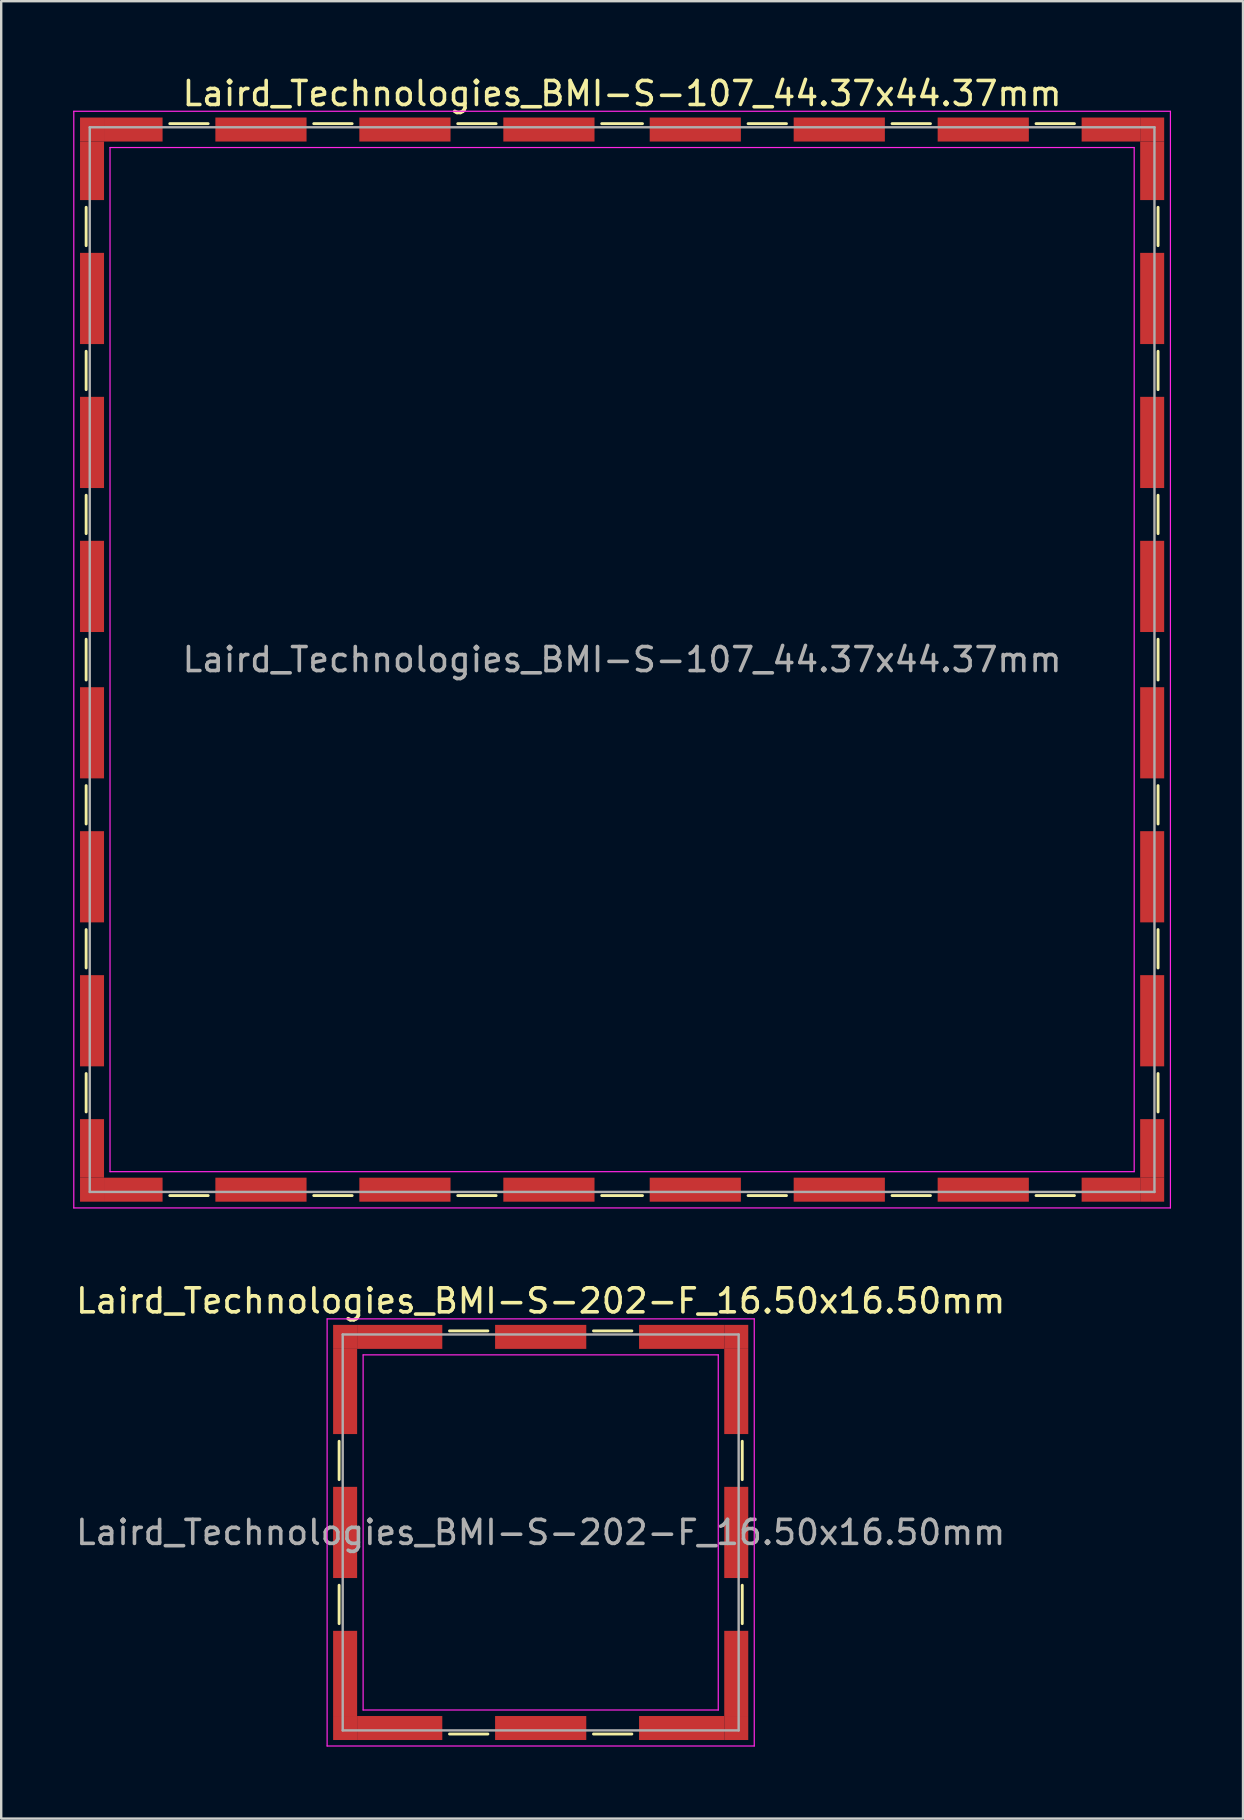
<source format=kicad_pcb>
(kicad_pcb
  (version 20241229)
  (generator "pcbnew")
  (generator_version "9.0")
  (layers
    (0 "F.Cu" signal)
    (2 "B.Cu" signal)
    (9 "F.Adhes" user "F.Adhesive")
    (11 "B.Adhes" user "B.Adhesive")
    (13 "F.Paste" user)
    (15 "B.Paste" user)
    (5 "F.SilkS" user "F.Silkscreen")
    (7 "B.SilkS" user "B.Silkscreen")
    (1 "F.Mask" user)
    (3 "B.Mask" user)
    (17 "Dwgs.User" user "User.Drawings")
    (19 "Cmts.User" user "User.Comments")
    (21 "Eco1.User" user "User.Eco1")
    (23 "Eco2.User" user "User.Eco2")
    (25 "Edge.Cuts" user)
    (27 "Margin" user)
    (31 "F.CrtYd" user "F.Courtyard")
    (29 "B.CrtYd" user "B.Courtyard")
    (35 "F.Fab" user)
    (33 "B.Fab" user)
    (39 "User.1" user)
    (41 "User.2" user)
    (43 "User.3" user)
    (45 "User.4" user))
  (footprint "Laird_Technologies_BMI-S-202-F_16.50x16.50mm"
    (layer "F.Cu")
    (at 19.482 60.812)
    (property "Reference" "Laird_Technologies_BMI-S-202-F_16.50x16.50mm" (at 0 -9.65 0) (layer "F.SilkS") (effects (font (size 1 1) (thickness 0.15))))
    (attr smd)
    (fp_line (start -8.4 -3.8) (end -8.4 -2.2) (stroke (width 0.12) (type solid)) (layer "F.SilkS"))
    (fp_line (start -8.4 2.2) (end -8.4 3.8) (stroke (width 0.12) (type solid)) (layer "F.SilkS"))
    (fp_line (start -3.8 -8.4) (end -2.2 -8.4) (stroke (width 0.12) (type solid)) (layer "F.SilkS"))
    (fp_line (start -3.8 8.4) (end -2.2 8.4) (stroke (width 0.12) (type solid)) (layer "F.SilkS"))
    (fp_line (start 2.2 -8.4) (end 3.8 -8.4) (stroke (width 0.12) (type solid)) (layer "F.SilkS"))
    (fp_line (start 2.2 8.4) (end 3.8 8.4) (stroke (width 0.12) (type solid)) (layer "F.SilkS"))
    (fp_line (start 8.4 -3.8) (end 8.4 -2.2) (stroke (width 0.12) (type solid)) (layer "F.SilkS"))
    (fp_line (start 8.4 2.2) (end 8.4 3.8) (stroke (width 0.12) (type solid)) (layer "F.SilkS"))
    (fp_line (start -8.9 -8.9) (end -8.9 8.9) (stroke (width 0.05) (type solid)) (layer "F.CrtYd"))
    (fp_line (start -8.9 8.9) (end 8.9 8.9) (stroke (width 0.05) (type solid)) (layer "F.CrtYd"))
    (fp_line (start -7.4 -7.4) (end -7.4 7.4) (stroke (width 0.05) (type solid)) (layer "F.CrtYd"))
    (fp_line (start 7.4 -7.4) (end -7.4 -7.4) (stroke (width 0.05) (type solid)) (layer "F.CrtYd"))
    (fp_line (start 7.4 -7.4) (end 7.4 7.4) (stroke (width 0.05) (type solid)) (layer "F.CrtYd"))
    (fp_line (start 7.4 7.4) (end -7.4 7.4) (stroke (width 0.05) (type solid)) (layer "F.CrtYd"))
    (fp_line (start 8.9 -8.9) (end -8.9 -8.9) (stroke (width 0.05) (type solid)) (layer "F.CrtYd"))
    (fp_line (start 8.9 8.9) (end 8.9 -8.9) (stroke (width 0.05) (type solid)) (layer "F.CrtYd"))
    (fp_line (start -8.25 -8.25) (end -8.25 8.25) (stroke (width 0.1) (type solid)) (layer "F.Fab"))
    (fp_line (start -8.25 8.25) (end 8.25 8.25) (stroke (width 0.1) (type solid)) (layer "F.Fab"))
    (fp_line (start 8.25 -8.25) (end -8.25 -8.25) (stroke (width 0.1) (type solid)) (layer "F.Fab"))
    (fp_line (start 8.25 8.25) (end 8.25 -8.25) (stroke (width 0.1) (type solid)) (layer "F.Fab"))
    (fp_text user "${REFERENCE}" (at 0 0 0) (layer "F.Fab") (effects (font (size 1 1) (thickness 0.15))))
    (pad "1" smd rect (at -8.15 -8.15) (size 1 1) (layers "F.Cu" "F.Mask" "F.Paste"))
    (pad "1" smd rect (at -8.15 -5.875) (size 1 3.55) (layers "F.Cu" "F.Mask" "F.Paste"))
    (pad "1" smd rect (at -8.15 0) (size 1 3.8) (layers "F.Cu" "F.Mask" "F.Paste"))
    (pad "1" smd rect (at -8.15 5.875) (size 1 3.55) (layers "F.Cu" "F.Mask" "F.Paste"))
    (pad "1" smd rect (at -8.15 8.15) (size 1 1) (layers "F.Cu" "F.Mask" "F.Paste"))
    (pad "1" smd rect (at -5.875 -8.15) (size 3.55 1) (layers "F.Cu" "F.Mask" "F.Paste"))
    (pad "1" smd rect (at -5.875 8.15) (size 3.55 1) (layers "F.Cu" "F.Mask" "F.Paste"))
    (pad "1" smd rect (at 0 -8.15) (size 3.8 1) (layers "F.Cu" "F.Mask" "F.Paste"))
    (pad "1" smd rect (at 0 8.15) (size 3.8 1) (layers "F.Cu" "F.Mask" "F.Paste"))
    (pad "1" smd rect (at 5.875 -8.15) (size 3.55 1) (layers "F.Cu" "F.Mask" "F.Paste"))
    (pad "1" smd rect (at 5.875 8.15) (size 3.55 1) (layers "F.Cu" "F.Mask" "F.Paste"))
    (pad "1" smd rect (at 8.15 -8.15) (size 1 1) (layers "F.Cu" "F.Mask" "F.Paste"))
    (pad "1" smd rect (at 8.15 -5.875) (size 1 3.55) (layers "F.Cu" "F.Mask" "F.Paste"))
    (pad "1" smd rect (at 8.15 0) (size 1 3.8) (layers "F.Cu" "F.Mask" "F.Paste"))
    (pad "1" smd rect (at 8.15 5.875) (size 1 3.55) (layers "F.Cu" "F.Mask" "F.Paste"))
    (pad "1" smd rect (at 8.15 8.15) (size 1 1) (layers "F.Cu" "F.Mask" "F.Paste")))
  (footprint "Laird_Technologies_BMI-S-107_44.37x44.37mm"
    (layer "F.Cu")
    (at 22.875 24.438)
    (property "Reference" "Laird_Technologies_BMI-S-107_44.37x44.37mm" (at 0 -23.59 0) (layer "F.SilkS") (effects (font (size 1 1) (thickness 0.15))))
    (attr smd)
    (fp_line (start -22.335 -18.85) (end -22.335 -17.25) (stroke (width 0.12) (type solid)) (layer "F.SilkS"))
    (fp_line (start -22.335 -12.85) (end -22.335 -11.25) (stroke (width 0.12) (type solid)) (layer "F.SilkS"))
    (fp_line (start -22.335 -6.85) (end -22.335 -5.25) (stroke (width 0.12) (type solid)) (layer "F.SilkS"))
    (fp_line (start -22.335 -0.85) (end -22.335 0.85) (stroke (width 0.12) (type solid)) (layer "F.SilkS"))
    (fp_line (start -22.335 5.25) (end -22.335 6.85) (stroke (width 0.12) (type solid)) (layer "F.SilkS"))
    (fp_line (start -22.335 11.25) (end -22.335 12.85) (stroke (width 0.12) (type solid)) (layer "F.SilkS"))
    (fp_line (start -22.335 17.25) (end -22.335 18.85) (stroke (width 0.12) (type solid)) (layer "F.SilkS"))
    (fp_line (start -18.85 -22.335) (end -17.25 -22.335) (stroke (width 0.12) (type solid)) (layer "F.SilkS"))
    (fp_line (start -18.85 22.335) (end -17.25 22.335) (stroke (width 0.12) (type solid)) (layer "F.SilkS"))
    (fp_line (start -12.85 -22.335) (end -11.25 -22.335) (stroke (width 0.12) (type solid)) (layer "F.SilkS"))
    (fp_line (start -12.85 22.335) (end -11.25 22.335) (stroke (width 0.12) (type solid)) (layer "F.SilkS"))
    (fp_line (start -6.85 -22.335) (end -5.25 -22.335) (stroke (width 0.12) (type solid)) (layer "F.SilkS"))
    (fp_line (start -6.85 22.335) (end -5.25 22.335) (stroke (width 0.12) (type solid)) (layer "F.SilkS"))
    (fp_line (start -0.85 -22.335) (end 0.85 -22.335) (stroke (width 0.12) (type solid)) (layer "F.SilkS"))
    (fp_line (start -0.85 22.335) (end 0.85 22.335) (stroke (width 0.12) (type solid)) (layer "F.SilkS"))
    (fp_line (start 5.25 -22.335) (end 6.85 -22.335) (stroke (width 0.12) (type solid)) (layer "F.SilkS"))
    (fp_line (start 5.25 22.335) (end 6.85 22.335) (stroke (width 0.12) (type solid)) (layer "F.SilkS"))
    (fp_line (start 11.25 -22.335) (end 12.85 -22.335) (stroke (width 0.12) (type solid)) (layer "F.SilkS"))
    (fp_line (start 11.25 22.335) (end 12.85 22.335) (stroke (width 0.12) (type solid)) (layer "F.SilkS"))
    (fp_line (start 17.25 -22.335) (end 18.85 -22.335) (stroke (width 0.12) (type solid)) (layer "F.SilkS"))
    (fp_line (start 17.25 22.335) (end 18.85 22.335) (stroke (width 0.12) (type solid)) (layer "F.SilkS"))
    (fp_line (start 22.335 -18.85) (end 22.335 -17.25) (stroke (width 0.12) (type solid)) (layer "F.SilkS"))
    (fp_line (start 22.335 -12.85) (end 22.335 -11.25) (stroke (width 0.12) (type solid)) (layer "F.SilkS"))
    (fp_line (start 22.335 -6.85) (end 22.335 -5.25) (stroke (width 0.12) (type solid)) (layer "F.SilkS"))
    (fp_line (start 22.335 -0.85) (end 22.335 0.85) (stroke (width 0.12) (type solid)) (layer "F.SilkS"))
    (fp_line (start 22.335 5.25) (end 22.335 6.85) (stroke (width 0.12) (type solid)) (layer "F.SilkS"))
    (fp_line (start 22.335 11.25) (end 22.335 12.85) (stroke (width 0.12) (type solid)) (layer "F.SilkS"))
    (fp_line (start 22.335 17.25) (end 22.335 18.85) (stroke (width 0.12) (type solid)) (layer "F.SilkS"))
    (fp_line (start -22.85 -22.85) (end -22.85 22.85) (stroke (width 0.05) (type solid)) (layer "F.CrtYd"))
    (fp_line (start -22.85 22.85) (end 22.85 22.85) (stroke (width 0.05) (type solid)) (layer "F.CrtYd"))
    (fp_line (start -21.34 -21.34) (end -21.34 21.34) (stroke (width 0.05) (type solid)) (layer "F.CrtYd"))
    (fp_line (start 21.34 -21.34) (end -21.34 -21.34) (stroke (width 0.05) (type solid)) (layer "F.CrtYd"))
    (fp_line (start 21.34 -21.34) (end 21.34 21.34) (stroke (width 0.05) (type solid)) (layer "F.CrtYd"))
    (fp_line (start 21.34 21.34) (end -21.34 21.34) (stroke (width 0.05) (type solid)) (layer "F.CrtYd"))
    (fp_line (start 22.85 -22.85) (end -22.85 -22.85) (stroke (width 0.05) (type solid)) (layer "F.CrtYd"))
    (fp_line (start 22.85 22.85) (end 22.85 -22.85) (stroke (width 0.05) (type solid)) (layer "F.CrtYd"))
    (fp_line (start -22.185 -22.185) (end -22.185 22.185) (stroke (width 0.1) (type solid)) (layer "F.Fab"))
    (fp_line (start -22.185 22.185) (end 22.185 22.185) (stroke (width 0.1) (type solid)) (layer "F.Fab"))
    (fp_line (start 22.185 -22.185) (end -22.185 -22.185) (stroke (width 0.1) (type solid)) (layer "F.Fab"))
    (fp_line (start 22.185 22.185) (end 22.185 -22.185) (stroke (width 0.1) (type solid)) (layer "F.Fab"))
    (fp_text user "${REFERENCE}" (at 0 0 0) (layer "F.Fab") (effects (font (size 1 1) (thickness 0.15))))
    (pad "1" smd rect (at -22.09 -22.09) (size 1 1) (layers "F.Cu" "F.Mask" "F.Paste"))
    (pad "1" smd rect (at -22.09 -20.37) (size 1 2.44) (layers "F.Cu" "F.Mask" "F.Paste"))
    (pad "1" smd rect (at -22.09 -15.05) (size 1 3.8) (layers "F.Cu" "F.Mask" "F.Paste"))
    (pad "1" smd rect (at -22.09 -9.05) (size 1 3.8) (layers "F.Cu" "F.Mask" "F.Paste"))
    (pad "1" smd rect (at -22.09 -3.05) (size 1 3.8) (layers "F.Cu" "F.Mask" "F.Paste"))
    (pad "1" smd rect (at -22.09 3.05) (size 1 3.8) (layers "F.Cu" "F.Mask" "F.Paste"))
    (pad "1" smd rect (at -22.09 9.05) (size 1 3.8) (layers "F.Cu" "F.Mask" "F.Paste"))
    (pad "1" smd rect (at -22.09 15.05) (size 1 3.8) (layers "F.Cu" "F.Mask" "F.Paste"))
    (pad "1" smd rect (at -22.09 20.37) (size 1 2.44) (layers "F.Cu" "F.Mask" "F.Paste"))
    (pad "1" smd rect (at -22.09 22.09) (size 1 1) (layers "F.Cu" "F.Mask" "F.Paste"))
    (pad "1" smd rect (at -20.37 -22.09) (size 2.44 1) (layers "F.Cu" "F.Mask" "F.Paste"))
    (pad "1" smd rect (at -20.37 22.09) (size 2.44 1) (layers "F.Cu" "F.Mask" "F.Paste"))
    (pad "1" smd rect (at -15.05 -22.09) (size 3.8 1) (layers "F.Cu" "F.Mask" "F.Paste"))
    (pad "1" smd rect (at -15.05 22.09) (size 3.8 1) (layers "F.Cu" "F.Mask" "F.Paste"))
    (pad "1" smd rect (at -9.05 -22.09) (size 3.8 1) (layers "F.Cu" "F.Mask" "F.Paste"))
    (pad "1" smd rect (at -9.05 22.09) (size 3.8 1) (layers "F.Cu" "F.Mask" "F.Paste"))
    (pad "1" smd rect (at -3.05 -22.09) (size 3.8 1) (layers "F.Cu" "F.Mask" "F.Paste"))
    (pad "1" smd rect (at -3.05 22.09) (size 3.8 1) (layers "F.Cu" "F.Mask" "F.Paste"))
    (pad "1" smd rect (at 3.05 -22.09) (size 3.8 1) (layers "F.Cu" "F.Mask" "F.Paste"))
    (pad "1" smd rect (at 3.05 22.09) (size 3.8 1) (layers "F.Cu" "F.Mask" "F.Paste"))
    (pad "1" smd rect (at 9.05 -22.09) (size 3.8 1) (layers "F.Cu" "F.Mask" "F.Paste"))
    (pad "1" smd rect (at 9.05 22.09) (size 3.8 1) (layers "F.Cu" "F.Mask" "F.Paste"))
    (pad "1" smd rect (at 15.05 -22.09) (size 3.8 1) (layers "F.Cu" "F.Mask" "F.Paste"))
    (pad "1" smd rect (at 15.05 22.09) (size 3.8 1) (layers "F.Cu" "F.Mask" "F.Paste"))
    (pad "1" smd rect (at 20.37 -22.09) (size 2.44 1) (layers "F.Cu" "F.Mask" "F.Paste"))
    (pad "1" smd rect (at 20.37 22.09) (size 2.44 1) (layers "F.Cu" "F.Mask" "F.Paste"))
    (pad "1" smd rect (at 22.09 -22.09) (size 1 1) (layers "F.Cu" "F.Mask" "F.Paste"))
    (pad "1" smd rect (at 22.09 -20.37) (size 1 2.44) (layers "F.Cu" "F.Mask" "F.Paste"))
    (pad "1" smd rect (at 22.09 -15.05) (size 1 3.8) (layers "F.Cu" "F.Mask" "F.Paste"))
    (pad "1" smd rect (at 22.09 -9.05) (size 1 3.8) (layers "F.Cu" "F.Mask" "F.Paste"))
    (pad "1" smd rect (at 22.09 -3.05) (size 1 3.8) (layers "F.Cu" "F.Mask" "F.Paste"))
    (pad "1" smd rect (at 22.09 3.05) (size 1 3.8) (layers "F.Cu" "F.Mask" "F.Paste"))
    (pad "1" smd rect (at 22.09 9.05) (size 1 3.8) (layers "F.Cu" "F.Mask" "F.Paste"))
    (pad "1" smd rect (at 22.09 15.05) (size 1 3.8) (layers "F.Cu" "F.Mask" "F.Paste"))
    (pad "1" smd rect (at 22.09 20.37) (size 1 2.44) (layers "F.Cu" "F.Mask" "F.Paste"))
    (pad "1" smd rect (at 22.09 22.09) (size 1 1) (layers "F.Cu" "F.Mask" "F.Paste")))
  (gr_rect
    (start -3 -3)
    (end 48.75 72.737)
    (stroke (width 0.1) (type default))
    (fill no)
    (layer "Edge.Cuts")))
</source>
